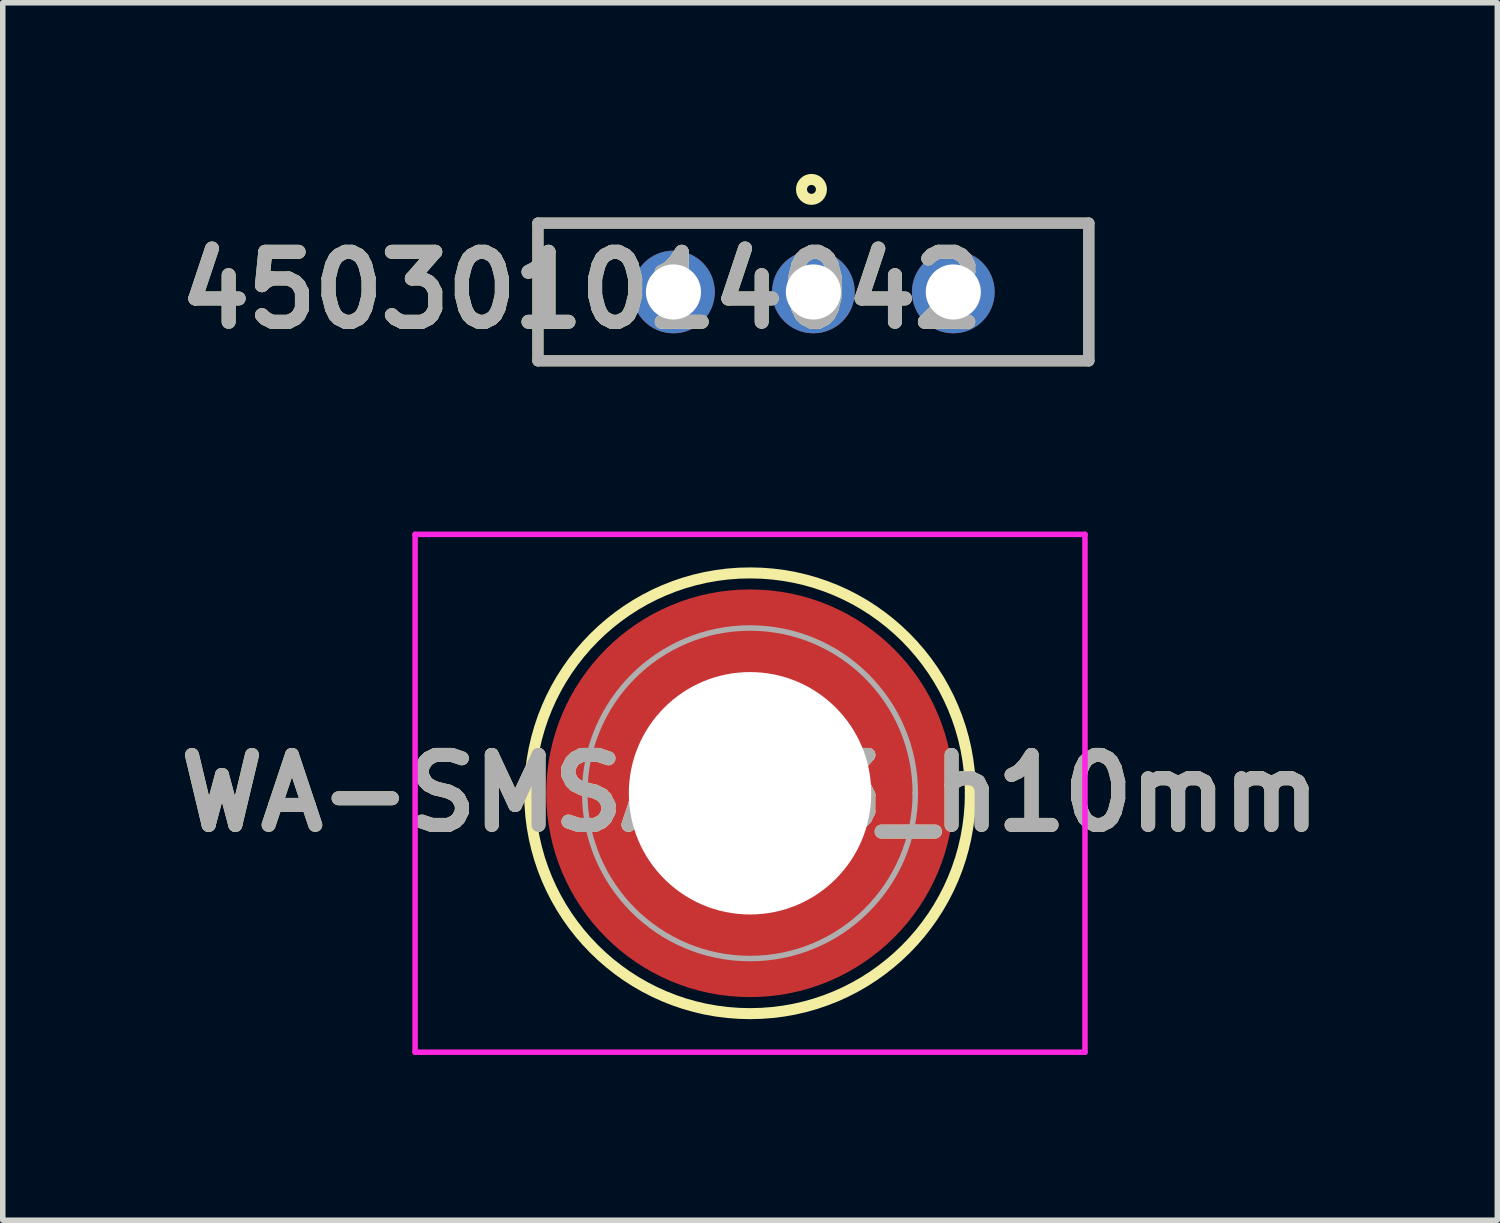
<source format=kicad_pcb>
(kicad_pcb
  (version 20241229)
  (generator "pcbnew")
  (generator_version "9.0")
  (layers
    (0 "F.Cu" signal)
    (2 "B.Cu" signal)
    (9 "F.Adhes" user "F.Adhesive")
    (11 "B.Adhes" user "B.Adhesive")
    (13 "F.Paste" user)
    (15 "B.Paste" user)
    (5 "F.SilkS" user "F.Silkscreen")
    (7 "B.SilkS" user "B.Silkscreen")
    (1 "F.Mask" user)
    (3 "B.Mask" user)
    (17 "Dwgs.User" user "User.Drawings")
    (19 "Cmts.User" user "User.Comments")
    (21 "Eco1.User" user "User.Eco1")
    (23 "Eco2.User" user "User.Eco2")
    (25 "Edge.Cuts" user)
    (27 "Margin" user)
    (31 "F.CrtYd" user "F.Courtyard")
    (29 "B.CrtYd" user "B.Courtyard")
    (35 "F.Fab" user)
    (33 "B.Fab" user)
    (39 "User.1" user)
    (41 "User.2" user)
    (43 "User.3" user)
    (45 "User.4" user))
  (footprint "WA-SMSA_M3_h10mm"
    (layer "F.Cu")
    (at 10.565 11.35)
    (property "Reference" "WA-SMSA_M3_h10mm" (at 0 0 0) (layer "F.SilkS") (effects (font (size 1.27 1.27) (thickness 0.254))))
    (attr through_hole)
    (fp_line (start -4 0) (end -4 0) (stroke (width 0.2) (type solid)) (layer "F.SilkS"))
    (fp_line (start 4 0) (end 4 0) (stroke (width 0.2) (type solid)) (layer "F.SilkS"))
    (fp_arc (start -4 0) (mid 0 -4) (end 4 0) (stroke (width 0.2) (type solid)) (layer "F.SilkS"))
    (fp_arc (start 4 0) (mid 0 4) (end -4 0) (stroke (width 0.2) (type solid)) (layer "F.SilkS"))
    (fp_line (start -6.08 -4.7) (end 6.08 -4.7) (stroke (width 0.1) (type solid)) (layer "F.CrtYd"))
    (fp_line (start -6.08 4.7) (end -6.08 -4.7) (stroke (width 0.1) (type solid)) (layer "F.CrtYd"))
    (fp_line (start 6.08 -4.7) (end 6.08 4.7) (stroke (width 0.1) (type solid)) (layer "F.CrtYd"))
    (fp_line (start 6.08 4.7) (end -6.08 4.7) (stroke (width 0.1) (type solid)) (layer "F.CrtYd"))
    (fp_line (start -3 0) (end -3 0) (stroke (width 0.1) (type solid)) (layer "F.Fab"))
    (fp_line (start 3 0) (end 3 0) (stroke (width 0.1) (type solid)) (layer "F.Fab"))
    (fp_arc (start -3 0) (mid 0 -3) (end 3 0) (stroke (width 0.1) (type solid)) (layer "F.Fab"))
    (fp_arc (start 3 0) (mid 0 3) (end -3 0) (stroke (width 0.1) (type solid)) (layer "F.Fab"))
    (fp_text user "${REFERENCE}" (at 0 0 0) (layer "F.Fab") (effects (font (size 1.27 1.27) (thickness 0.254))))
    (pad "" np_thru_hole circle (at 0 0) (size 4.4 4.4) (drill 4.4) (layers "*.Cu" "*.Mask"))
    (pad "1" smd circle (at 0 0 90) (size 7.4 7.4) (layers "F.Cu" "F.Mask" "F.Paste")))
  (footprint "450301014042"
    (layer "F.Cu")
    (at 13.715 0.25)
    (property "Reference" "450301014042" (at -6.204 1.967 0) (layer "F.SilkS") (effects (font (size 1.27 1.27) (thickness 0.254))))
    (attr through_hole)
    (fp_line (start -7 0.75) (end 3 0.75) (stroke (width 0.2) (type solid)) (layer "F.SilkS"))
    (fp_line (start -7 3.25) (end -7 0.75) (stroke (width 0.2) (type solid)) (layer "F.SilkS"))
    (fp_line (start 3 0.75) (end 3 3.25) (stroke (width 0.2) (type solid)) (layer "F.SilkS"))
    (fp_line (start 3 3.25) (end -7 3.25) (stroke (width 0.2) (type solid)) (layer "F.SilkS"))
    (fp_circle (center -2.035 0.138) (end -2.035 0.319) (stroke (width 0.2) (type solid)) (fill no) (layer "F.SilkS"))
    (fp_line (start -7 0.75) (end 3 0.75) (stroke (width 0.2) (type solid)) (layer "F.Fab"))
    (fp_line (start -7 3.25) (end -7 0.75) (stroke (width 0.2) (type solid)) (layer "F.Fab"))
    (fp_line (start 3 0.75) (end 3 3.25) (stroke (width 0.2) (type solid)) (layer "F.Fab"))
    (fp_line (start 3 3.25) (end -7 3.25) (stroke (width 0.2) (type solid)) (layer "F.Fab"))
    (fp_text user "${REFERENCE}" (at -6.204 1.967 0) (layer "F.Fab") (effects (font (size 1.27 1.27) (thickness 0.254))))
    (pad "1" thru_hole circle (at -2 2) (size 1.5 1.5) (drill 1) (layers "*.Cu" "*.Mask"))
    (pad "2" thru_hole circle (at -4.54 2) (size 1.5 1.5) (drill 1) (layers "*.Cu" "*.Mask"))
    (pad "3" thru_hole circle (at 0.54 2) (size 1.5 1.5) (drill 1) (layers "*.Cu" "*.Mask")))
  (gr_rect
    (start -3 -3)
    (end 24.13 19.1)
    (stroke (width 0.1) (type default))
    (fill no)
    (layer "Edge.Cuts")))
</source>
